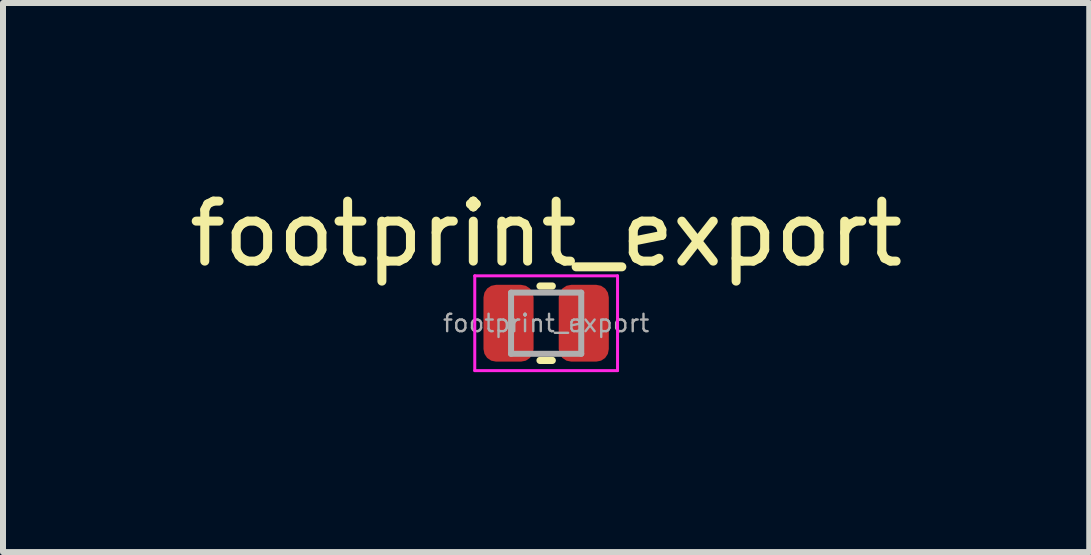
<source format=kicad_pcb>
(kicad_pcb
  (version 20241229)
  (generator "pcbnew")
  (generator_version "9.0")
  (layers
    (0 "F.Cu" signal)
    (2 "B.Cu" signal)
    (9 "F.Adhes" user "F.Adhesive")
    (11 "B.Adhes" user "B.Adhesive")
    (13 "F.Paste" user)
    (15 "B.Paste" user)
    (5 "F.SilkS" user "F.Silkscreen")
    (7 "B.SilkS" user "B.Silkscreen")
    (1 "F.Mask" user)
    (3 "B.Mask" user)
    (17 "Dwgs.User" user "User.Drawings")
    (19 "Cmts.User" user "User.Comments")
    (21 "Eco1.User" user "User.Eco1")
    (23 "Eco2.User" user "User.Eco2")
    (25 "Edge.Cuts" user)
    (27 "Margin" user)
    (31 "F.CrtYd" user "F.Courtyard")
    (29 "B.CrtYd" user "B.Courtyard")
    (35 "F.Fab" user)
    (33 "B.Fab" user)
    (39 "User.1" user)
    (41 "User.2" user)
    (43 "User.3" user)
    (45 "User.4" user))
  (footprint "footprint_export"
    (layer "F.Cu")
    (at 6.054 2.338)
    (property "Reference" "footprint_export" (at 0 -1.49 0) (layer "F.SilkS") (effects (font (size 1 1) (thickness 0.15))))
    (attr smd)
    (fp_line (start -0.102 -0.62) (end 0.102 -0.62) (stroke (width 0.12) (type solid)) (layer "F.SilkS"))
    (fp_line (start -0.102 0.62) (end 0.102 0.62) (stroke (width 0.12) (type solid)) (layer "F.SilkS"))
    (fp_line (start -1.19 -0.79) (end 1.19 -0.79) (stroke (width 0.05) (type solid)) (layer "F.CrtYd"))
    (fp_line (start -1.19 0.79) (end -1.19 -0.79) (stroke (width 0.05) (type solid)) (layer "F.CrtYd"))
    (fp_line (start 1.19 -0.79) (end 1.19 0.79) (stroke (width 0.05) (type solid)) (layer "F.CrtYd"))
    (fp_line (start 1.19 0.79) (end -1.19 0.79) (stroke (width 0.05) (type solid)) (layer "F.CrtYd"))
    (fp_line (start -0.585 -0.51) (end 0.585 -0.51) (stroke (width 0.1) (type solid)) (layer "F.Fab"))
    (fp_line (start -0.585 0.51) (end -0.585 -0.51) (stroke (width 0.1) (type solid)) (layer "F.Fab"))
    (fp_line (start 0.585 -0.51) (end 0.585 0.51) (stroke (width 0.1) (type solid)) (layer "F.Fab"))
    (fp_line (start 0.585 0.51) (end -0.585 0.51) (stroke (width 0.1) (type solid)) (layer "F.Fab"))
    (fp_text user "${REFERENCE}" (at 0 0 0) (layer "F.Fab") (effects (font (size 0.29 0.29) (thickness 0.04))))
    (pad "1" smd roundrect (at -0.627 0) (size 0.835 1.28) (layers "F.Cu" "F.Mask" "F.Paste") (roundrect_rratio 0.25))
    (pad "2" smd roundrect (at 0.627 0) (size 0.835 1.28) (layers "F.Cu" "F.Mask" "F.Paste") (roundrect_rratio 0.25)))
  (gr_rect
    (start -3 -3)
    (end 15.107 6.153)
    (stroke (width 0.1) (type default))
    (fill no)
    (layer "Edge.Cuts")))
</source>
